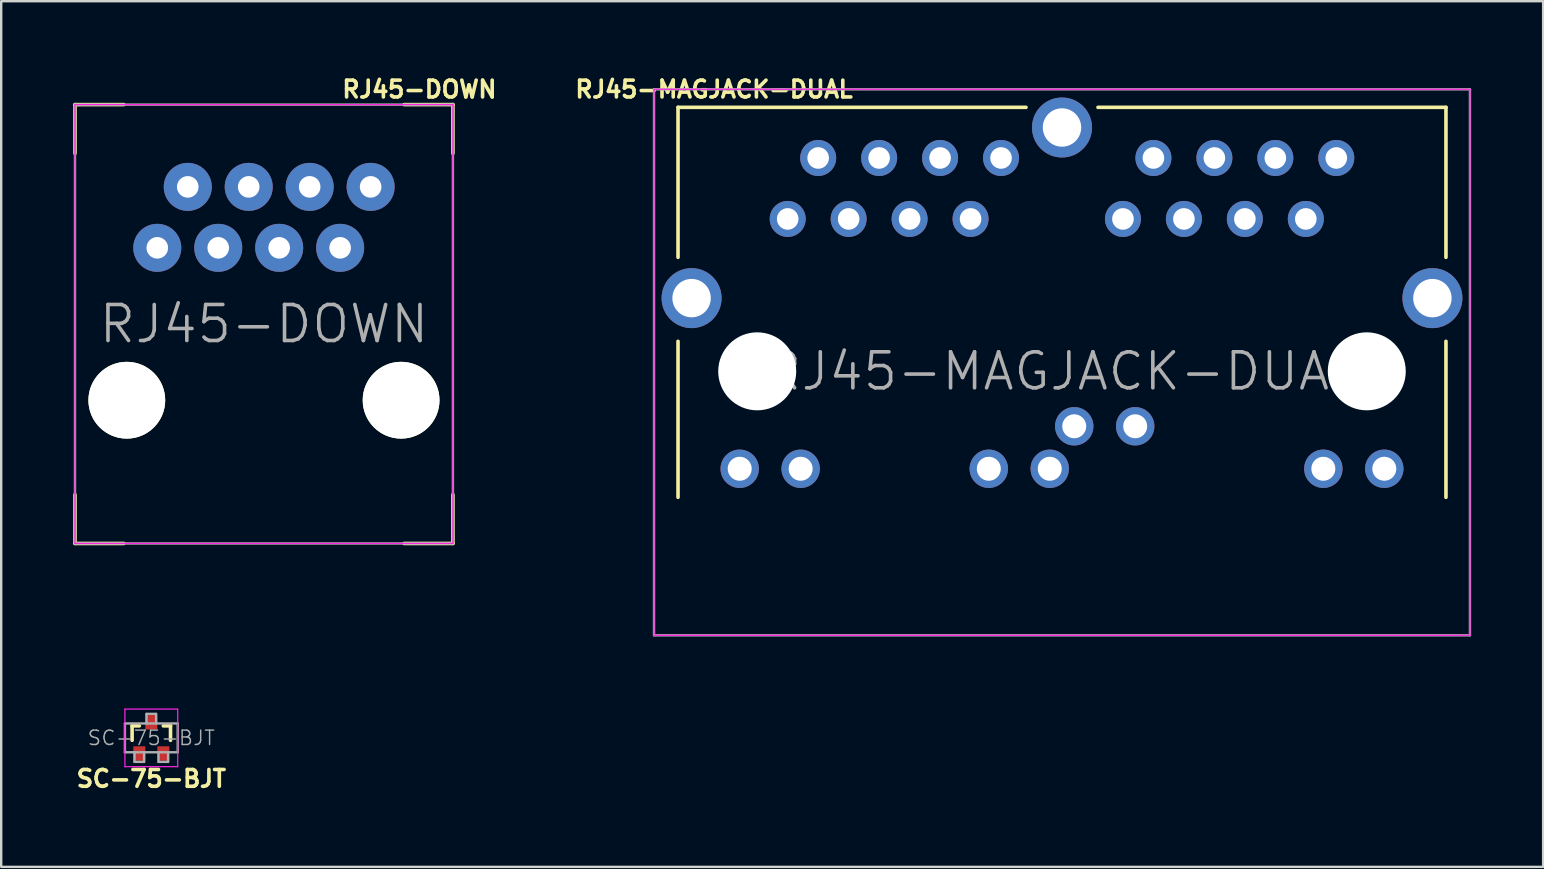
<source format=kicad_pcb>
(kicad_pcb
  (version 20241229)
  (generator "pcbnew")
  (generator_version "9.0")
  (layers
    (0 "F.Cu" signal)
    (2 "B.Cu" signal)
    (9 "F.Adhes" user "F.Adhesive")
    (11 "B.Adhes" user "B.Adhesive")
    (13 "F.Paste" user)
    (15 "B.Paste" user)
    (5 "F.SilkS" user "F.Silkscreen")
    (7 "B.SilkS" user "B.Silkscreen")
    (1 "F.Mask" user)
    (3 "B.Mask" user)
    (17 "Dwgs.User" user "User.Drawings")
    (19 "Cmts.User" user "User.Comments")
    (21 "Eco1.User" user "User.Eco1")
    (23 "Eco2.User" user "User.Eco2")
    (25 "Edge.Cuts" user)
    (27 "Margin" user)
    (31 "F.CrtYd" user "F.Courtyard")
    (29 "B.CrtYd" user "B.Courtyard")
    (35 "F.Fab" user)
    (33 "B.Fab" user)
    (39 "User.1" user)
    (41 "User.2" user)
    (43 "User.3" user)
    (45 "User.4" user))
  (footprint "SC-75-BJT"
    (layer "F.Cu")
    (at 3.255 27.698)
    (property "Reference" "SC-75-BJT" (at 0 1.7 0) (layer "F.SilkS") (effects (font (size 0.7 0.7) (thickness 0.15))))
    (attr through_hole)
    (fp_line (start -0.8 -0.5) (end -0.8 0.1) (stroke (width 0.15) (type solid)) (layer "F.SilkS"))
    (fp_line (start -0.5 -0.5) (end -0.8 -0.5) (stroke (width 0.15) (type solid)) (layer "F.SilkS"))
    (fp_line (start 0.5 -0.5) (end 0.8 -0.5) (stroke (width 0.15) (type solid)) (layer "F.SilkS"))
    (fp_line (start 0.8 -0.5) (end 0.8 0.1) (stroke (width 0.15) (type solid)) (layer "F.SilkS"))
    (fp_line (start -1.1 -1.2) (end 1.1 -1.2) (stroke (width 0.05) (type solid)) (layer "F.CrtYd"))
    (fp_line (start -1.1 1.2) (end -1.1 -1.2) (stroke (width 0.05) (type solid)) (layer "F.CrtYd"))
    (fp_line (start 1.1 -1.2) (end 1.1 1.2) (stroke (width 0.05) (type solid)) (layer "F.CrtYd"))
    (fp_line (start 1.1 1.2) (end -1.1 1.2) (stroke (width 0.05) (type solid)) (layer "F.CrtYd"))
    (fp_line (start -1.1 -0.6) (end 1.1 -0.6) (stroke (width 0.1) (type solid)) (layer "F.Fab"))
    (fp_line (start -1.1 0.6) (end -1.1 -0.6) (stroke (width 0.1) (type solid)) (layer "F.Fab"))
    (fp_line (start -0.7 1) (end -0.7 0.6) (stroke (width 0.1) (type solid)) (layer "F.Fab"))
    (fp_line (start -0.3 0.6) (end -0.3 1) (stroke (width 0.1) (type solid)) (layer "F.Fab"))
    (fp_line (start -0.3 1) (end -0.7 1) (stroke (width 0.1) (type solid)) (layer "F.Fab"))
    (fp_line (start -0.2 -1) (end 0.2 -1) (stroke (width 0.1) (type solid)) (layer "F.Fab"))
    (fp_line (start -0.2 -0.6) (end -0.2 -1) (stroke (width 0.1) (type solid)) (layer "F.Fab"))
    (fp_line (start 0.2 -1) (end 0.2 -0.6) (stroke (width 0.1) (type solid)) (layer "F.Fab"))
    (fp_line (start 0.3 1) (end 0.3 0.6) (stroke (width 0.1) (type solid)) (layer "F.Fab"))
    (fp_line (start 0.7 0.6) (end 0.7 1) (stroke (width 0.1) (type solid)) (layer "F.Fab"))
    (fp_line (start 0.7 1) (end 0.3 1) (stroke (width 0.1) (type solid)) (layer "F.Fab"))
    (fp_line (start 1.1 -0.6) (end 1.1 0.6) (stroke (width 0.1) (type solid)) (layer "F.Fab"))
    (fp_line (start 1.1 0.6) (end -1.1 0.6) (stroke (width 0.1) (type solid)) (layer "F.Fab"))
    (fp_text user "${REFERENCE}" (at 0 0 0) (layer "F.Fab") (effects (font (size 0.6 0.6) (thickness 0.06))))
    (pad "B" smd rect (at -0.5 0.65) (size 0.5 0.6) (layers "F.Cu" "F.Mask" "F.Paste"))
    (pad "C" smd rect (at 0 -0.65) (size 0.5 0.6) (layers "F.Cu" "F.Mask" "F.Paste"))
    (pad "E" smd rect (at 0.5 0.65) (size 0.5 0.6) (layers "F.Cu" "F.Mask" "F.Paste")))
  (footprint "RJ45-DOWN"
    (layer "F.Cu")
    (at 7.949 7.277)
    (property "Reference" "RJ45-DOWN" (at 6.477 -6.604 180) (layer "F.SilkS") (effects (font (size 0.7 0.7) (thickness 0.15))))
    (attr through_hole)
    (fp_line (start -7.874 -5.969) (end -7.874 -3.937) (stroke (width 0.15) (type solid)) (layer "F.SilkS"))
    (fp_line (start -7.874 -5.969) (end -5.842 -5.969) (stroke (width 0.15) (type solid)) (layer "F.SilkS"))
    (fp_line (start -7.874 12.319) (end -7.874 10.287) (stroke (width 0.15) (type solid)) (layer "F.SilkS"))
    (fp_line (start -7.874 12.319) (end -5.842 12.319) (stroke (width 0.15) (type solid)) (layer "F.SilkS"))
    (fp_line (start 7.874 -5.969) (end 5.842 -5.969) (stroke (width 0.15) (type solid)) (layer "F.SilkS"))
    (fp_line (start 7.874 -5.969) (end 7.874 -3.937) (stroke (width 0.15) (type solid)) (layer "F.SilkS"))
    (fp_line (start 7.874 12.319) (end 5.842 12.319) (stroke (width 0.15) (type solid)) (layer "F.SilkS"))
    (fp_line (start 7.874 12.319) (end 7.874 10.287) (stroke (width 0.15) (type solid)) (layer "F.SilkS"))
    (fp_line (start -7.874 -5.969) (end 7.874 -5.969) (stroke (width 0.05) (type solid)) (layer "F.CrtYd"))
    (fp_line (start -7.874 12.319) (end -7.874 -5.969) (stroke (width 0.05) (type solid)) (layer "F.CrtYd"))
    (fp_line (start 7.874 -5.969) (end 7.874 12.319) (stroke (width 0.05) (type solid)) (layer "F.CrtYd"))
    (fp_line (start 7.874 12.319) (end -7.874 12.319) (stroke (width 0.05) (type solid)) (layer "F.CrtYd"))
    (fp_line (start -7.874 -5.969) (end 7.874 -5.969) (stroke (width 0.1) (type solid)) (layer "F.Fab"))
    (fp_line (start -7.874 12.319) (end -7.874 -5.969) (stroke (width 0.1) (type solid)) (layer "F.Fab"))
    (fp_line (start 7.874 -5.969) (end 7.874 12.319) (stroke (width 0.1) (type solid)) (layer "F.Fab"))
    (fp_line (start 7.874 12.319) (end -7.874 12.319) (stroke (width 0.1) (type solid)) (layer "F.Fab"))
    (fp_text user "${REFERENCE}" (at 0 3.175 0) (layer "F.Fab") (effects (font (size 1.5 1.5) (thickness 0.15))))
    (pad "" np_thru_hole circle (at -5.715 6.35) (size 3.2 3.2) (drill 3.2) (layers "*.Cu" "*.Mask" "F.SilkS"))
    (pad "" np_thru_hole circle (at 5.715 6.35) (size 3.2 3.2) (drill 3.2) (layers "*.Cu" "*.Mask" "F.SilkS"))
    (pad "1" thru_hole circle (at -4.445 0) (size 2 2) (drill 0.9) (layers "*.Cu" "*.Mask"))
    (pad "2" thru_hole circle (at -3.175 -2.54) (size 2 2) (drill 0.9) (layers "*.Cu" "*.Mask"))
    (pad "3" thru_hole circle (at -1.905 0) (size 2 2) (drill 0.9) (layers "*.Cu" "*.Mask"))
    (pad "4" thru_hole circle (at -0.635 -2.54) (size 2 2) (drill 0.9) (layers "*.Cu" "*.Mask"))
    (pad "5" thru_hole circle (at 0.635 0) (size 2 2) (drill 0.9) (layers "*.Cu" "*.Mask"))
    (pad "6" thru_hole circle (at 1.905 -2.54) (size 2 2) (drill 0.9) (layers "*.Cu" "*.Mask"))
    (pad "7" thru_hole circle (at 3.175 0) (size 2 2) (drill 0.9) (layers "*.Cu" "*.Mask"))
    (pad "8" thru_hole circle (at 4.445 -2.54) (size 2 2) (drill 0.9) (layers "*.Cu" "*.Mask")))
  (footprint "RJ45-MAGJACK-DUAL"
    (layer "F.Cu")
    (at 41.203 12.423)
    (property "Reference" "RJ45-MAGJACK-DUAL" (at -14.5 -11.75 0) (layer "F.SilkS") (effects (font (size 0.7 0.7) (thickness 0.15))))
    (attr through_hole)
    (fp_line (start -16 -11) (end -1.5 -11) (stroke (width 0.15) (type solid)) (layer "F.SilkS"))
    (fp_line (start -16 -4.75) (end -16 -11) (stroke (width 0.15) (type solid)) (layer "F.SilkS"))
    (fp_line (start -16 -1.25) (end -16 5.25) (stroke (width 0.15) (type solid)) (layer "F.SilkS"))
    (fp_line (start 16 -11) (end 1.5 -11) (stroke (width 0.15) (type solid)) (layer "F.SilkS"))
    (fp_line (start 16 -4.75) (end 16 -11) (stroke (width 0.15) (type solid)) (layer "F.SilkS"))
    (fp_line (start 16 -1.25) (end 16 5.25) (stroke (width 0.15) (type solid)) (layer "F.SilkS"))
    (fp_line (start -17 -11.75) (end -17 11) (stroke (width 0.05) (type solid)) (layer "F.CrtYd"))
    (fp_line (start -17 11) (end 17 11) (stroke (width 0.05) (type solid)) (layer "F.CrtYd"))
    (fp_line (start 17 -11.75) (end -17 -11.75) (stroke (width 0.05) (type solid)) (layer "F.CrtYd"))
    (fp_line (start 17 11) (end 17 -11.75) (stroke (width 0.05) (type solid)) (layer "F.CrtYd"))
    (fp_line (start -17 -11.75) (end -17 11) (stroke (width 0.1) (type solid)) (layer "F.Fab"))
    (fp_line (start -17 11) (end 17 11) (stroke (width 0.1) (type solid)) (layer "F.Fab"))
    (fp_line (start 17 -11.75) (end -17 -11.75) (stroke (width 0.1) (type solid)) (layer "F.Fab"))
    (fp_line (start 17 11) (end 17 -11.75) (stroke (width 0.1) (type solid)) (layer "F.Fab"))
    (fp_text user "${REFERENCE}" (at 0 0 0) (layer "F.Fab") (effects (font (size 1.5 1.5) (thickness 0.15))))
    (pad "" np_thru_hole circle (at -12.7 0) (size 3.25 3.25) (drill 3.25) (layers "*.Cu" "*.Mask"))
    (pad "" np_thru_hole circle (at 12.7 0) (size 3.25 3.25) (drill 3.25) (layers "*.Cu" "*.Mask"))
    (pad "A1" thru_hole circle (at -11.43 -6.35 180) (size 1.5 1.5) (drill 0.9) (layers "*.Cu" "*.Mask"))
    (pad "A2" thru_hole circle (at -10.16 -8.89 180) (size 1.5 1.5) (drill 0.9) (layers "*.Cu" "*.Mask"))
    (pad "A3" thru_hole circle (at -8.89 -6.35 180) (size 1.5 1.5) (drill 0.9) (layers "*.Cu" "*.Mask"))
    (pad "A4" thru_hole circle (at -7.62 -8.89 180) (size 1.5 1.5) (drill 0.9) (layers "*.Cu" "*.Mask"))
    (pad "A5" thru_hole circle (at -6.35 -6.35 180) (size 1.5 1.5) (drill 0.9) (layers "*.Cu" "*.Mask"))
    (pad "A6" thru_hole circle (at -5.08 -8.89 180) (size 1.5 1.5) (drill 0.9) (layers "*.Cu" "*.Mask"))
    (pad "A7" thru_hole circle (at -3.81 -6.35 180) (size 1.5 1.5) (drill 0.9) (layers "*.Cu" "*.Mask"))
    (pad "A8" thru_hole circle (at -2.54 -8.89 180) (size 1.5 1.5) (drill 0.9) (layers "*.Cu" "*.Mask"))
    (pad "A9" thru_hole circle (at -13.43 4.06 180) (size 1.6 1.6) (drill 1) (layers "*.Cu" "*.Mask"))
    (pad "A10" thru_hole circle (at -10.89 4.06 180) (size 1.6 1.6) (drill 1) (layers "*.Cu" "*.Mask"))
    (pad "A11" thru_hole circle (at -3.05 4.06 180) (size 1.6 1.6) (drill 1) (layers "*.Cu" "*.Mask"))
    (pad "A12" thru_hole circle (at -0.51 4.06 180) (size 1.6 1.6) (drill 1) (layers "*.Cu" "*.Mask"))
    (pad "B1" thru_hole circle (at 2.54 -6.35 180) (size 1.5 1.5) (drill 0.9) (layers "*.Cu" "*.Mask"))
    (pad "B2" thru_hole circle (at 3.81 -8.89 180) (size 1.5 1.5) (drill 0.9) (layers "*.Cu" "*.Mask"))
    (pad "B3" thru_hole circle (at 5.08 -6.35 180) (size 1.5 1.5) (drill 0.9) (layers "*.Cu" "*.Mask"))
    (pad "B4" thru_hole circle (at 6.35 -8.89 180) (size 1.5 1.5) (drill 0.9) (layers "*.Cu" "*.Mask"))
    (pad "B5" thru_hole circle (at 7.62 -6.35 180) (size 1.5 1.5) (drill 0.9) (layers "*.Cu" "*.Mask"))
    (pad "B6" thru_hole circle (at 8.89 -8.89 180) (size 1.5 1.5) (drill 0.9) (layers "*.Cu" "*.Mask"))
    (pad "B7" thru_hole circle (at 10.16 -6.35 180) (size 1.5 1.5) (drill 0.9) (layers "*.Cu" "*.Mask"))
    (pad "B8" thru_hole circle (at 11.43 -8.89 180) (size 1.5 1.5) (drill 0.9) (layers "*.Cu" "*.Mask"))
    (pad "B9" thru_hole circle (at 0.51 2.29 180) (size 1.6 1.6) (drill 1) (layers "*.Cu" "*.Mask"))
    (pad "B10" thru_hole circle (at 3.05 2.29 180) (size 1.6 1.6) (drill 1) (layers "*.Cu" "*.Mask"))
    (pad "B11" thru_hole circle (at 10.89 4.06 180) (size 1.6 1.6) (drill 1) (layers "*.Cu" "*.Mask"))
    (pad "B12" thru_hole circle (at 13.43 4.06 180) (size 1.6 1.6) (drill 1) (layers "*.Cu" "*.Mask"))
    (pad "SHIELD" thru_hole circle (at -15.435 -3.05) (size 2.5 2.5) (drill 1.6) (layers "*.Cu" "*.Mask"))
    (pad "SHIELD" thru_hole circle (at 0 -10.16) (size 2.5 2.5) (drill 1.6) (layers "*.Cu" "*.Mask"))
    (pad "SHIELD" thru_hole circle (at 15.435 -3.05) (size 2.5 2.5) (drill 1.6) (layers "*.Cu" "*.Mask")))
  (gr_rect
    (start -3 -3)
    (end 61.253 33.071)
    (stroke (width 0.1) (type default))
    (fill no)
    (layer "Edge.Cuts")))
</source>
